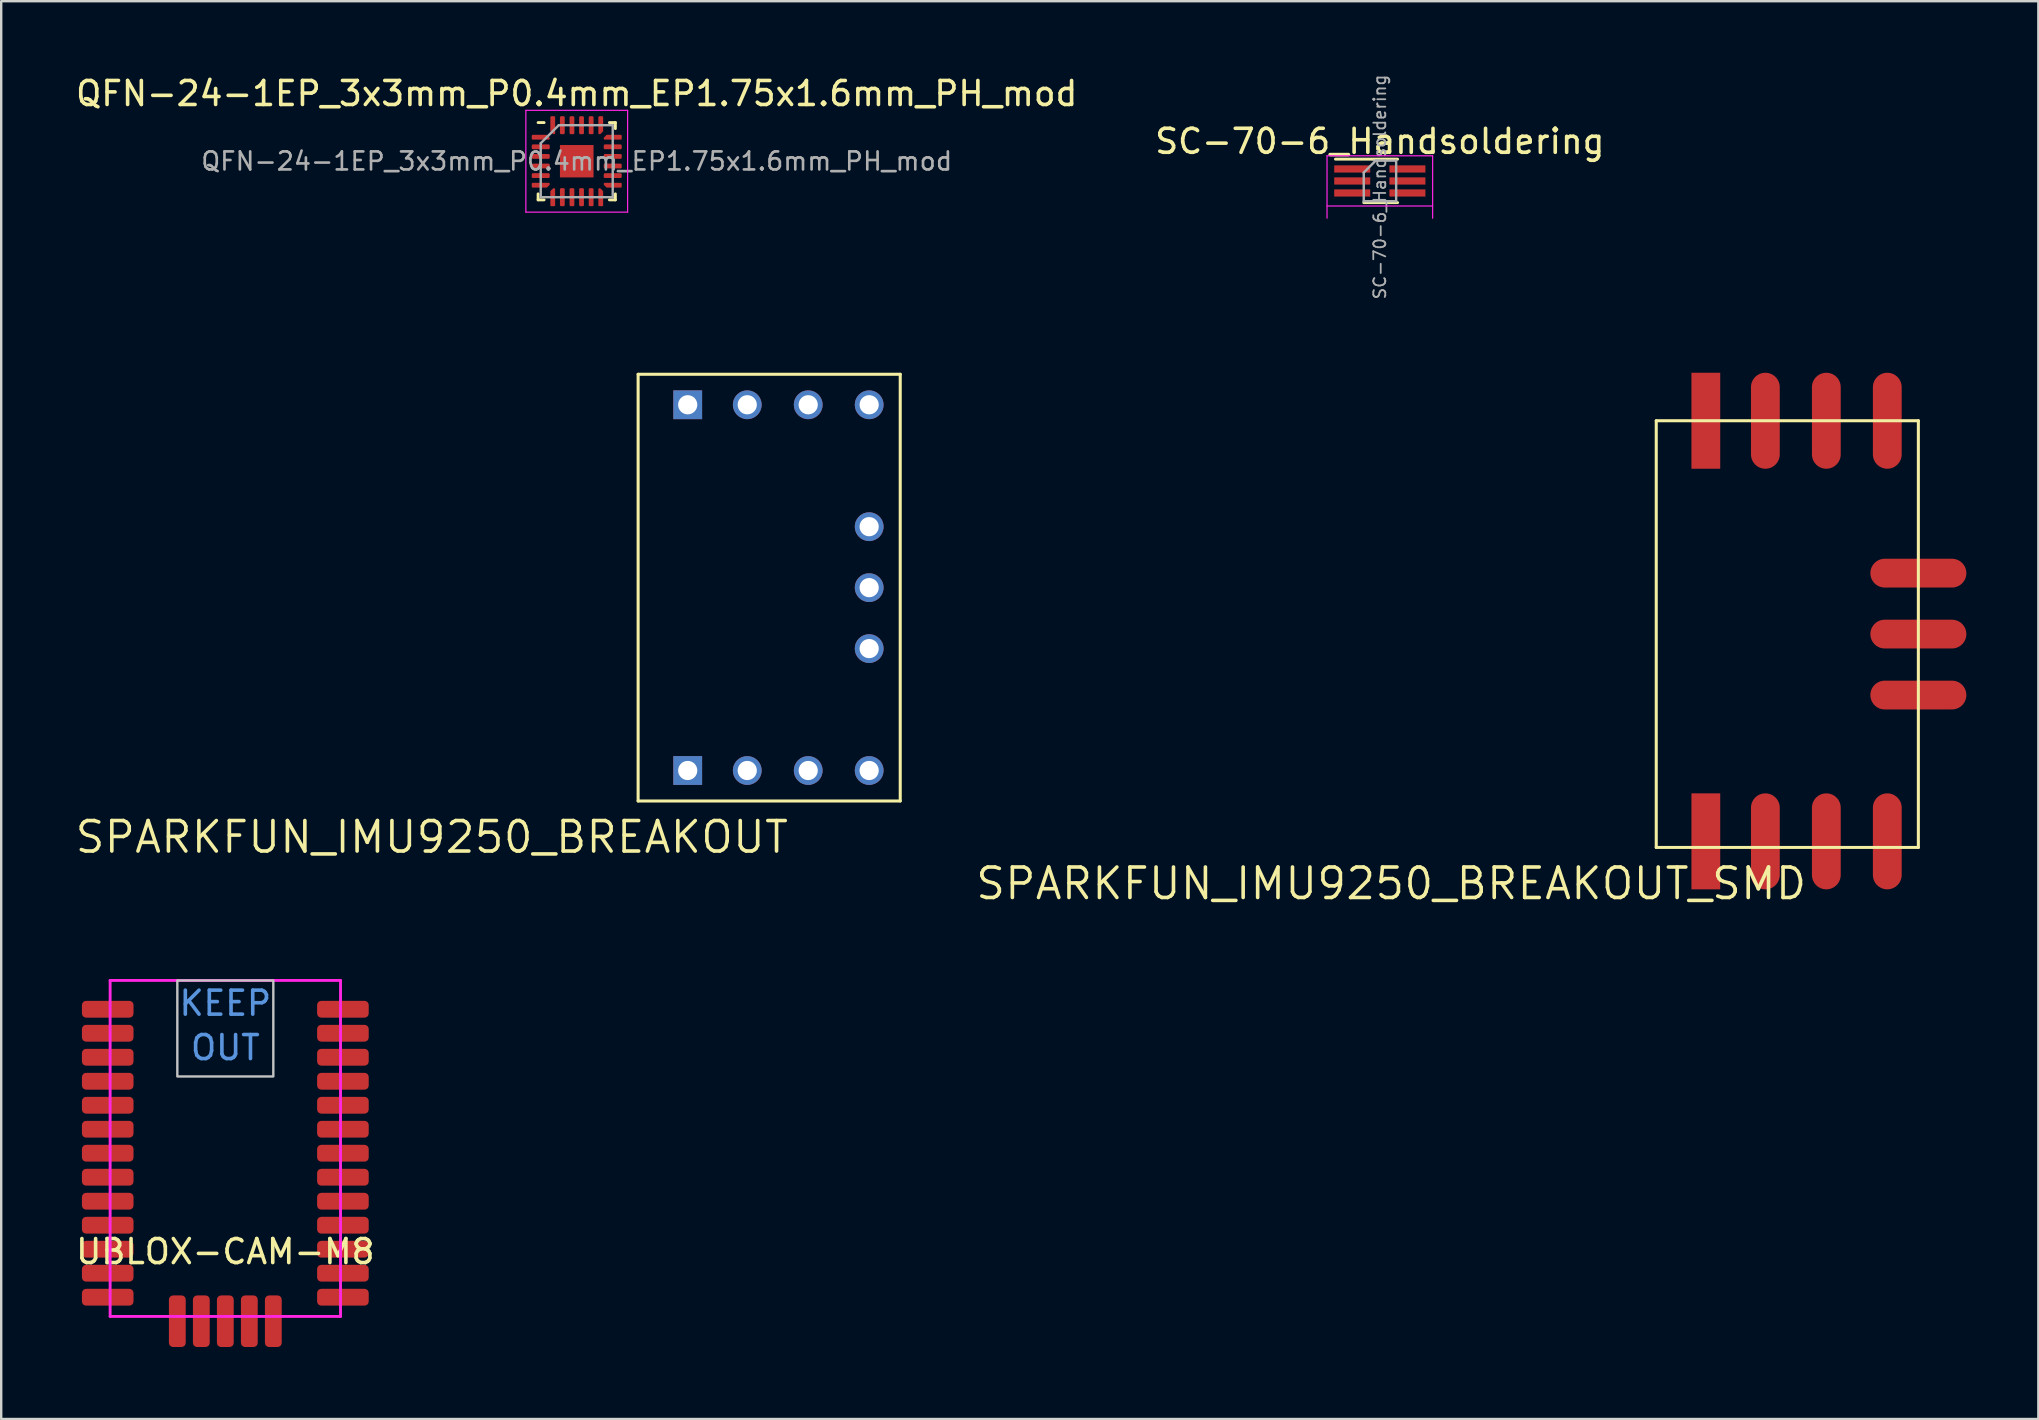
<source format=kicad_pcb>
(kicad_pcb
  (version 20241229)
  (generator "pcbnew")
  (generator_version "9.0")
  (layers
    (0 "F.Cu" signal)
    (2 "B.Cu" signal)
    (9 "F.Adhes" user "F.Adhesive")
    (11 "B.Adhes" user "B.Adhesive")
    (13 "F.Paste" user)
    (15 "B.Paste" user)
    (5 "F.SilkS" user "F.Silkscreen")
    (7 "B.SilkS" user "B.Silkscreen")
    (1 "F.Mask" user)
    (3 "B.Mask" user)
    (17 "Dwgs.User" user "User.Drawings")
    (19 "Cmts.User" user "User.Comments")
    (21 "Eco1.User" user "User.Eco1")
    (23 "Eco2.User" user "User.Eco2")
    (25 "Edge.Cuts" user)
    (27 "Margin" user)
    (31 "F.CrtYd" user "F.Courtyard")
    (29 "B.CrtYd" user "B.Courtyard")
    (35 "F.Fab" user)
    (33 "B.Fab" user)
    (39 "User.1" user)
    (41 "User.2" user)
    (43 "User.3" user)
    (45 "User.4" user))
  (footprint "SPARKFUN_IMU9250_BREAKOUT"
    (layer "F.Cu")
    (at 29.382 21.436)
    (property "Reference" "SPARKFUN_IMU9250_BREAKOUT" (at 0.508 9.652 0) (layer "F.SilkS") (effects (font (size 1.27 1.27) (thickness 0.15)) (justify right top)))
    (attr through_hole)
    (fp_line (start -5.842 -8.89) (end -5.842 8.89) (stroke (width 0.127) (type solid)) (layer "F.SilkS"))
    (fp_line (start -5.842 -8.89) (end 5.08 -8.89) (stroke (width 0.127) (type solid)) (layer "F.SilkS"))
    (fp_line (start -5.842 8.89) (end 5.08 8.89) (stroke (width 0.127) (type solid)) (layer "F.SilkS"))
    (fp_line (start 5.08 -8.89) (end 5.08 8.89) (stroke (width 0.127) (type solid)) (layer "F.SilkS"))
    (pad "!CS" thru_hole circle (at 1.245 7.62) (size 1.2 1.2) (drill 0.8) (layers "*.Cu" "*.Mask"))
    (pad "AD0/SDO" thru_hole circle (at -1.295 7.62) (size 1.2 1.2) (drill 0.8) (layers "*.Cu" "*.Mask"))
    (pad "AUX_CL" thru_hole circle (at 3.785 2.54) (size 1.2 1.2) (drill 0.8) (layers "*.Cu" "*.Mask"))
    (pad "AUX_DA" thru_hole circle (at 3.785 -2.54) (size 1.2 1.2) (drill 0.8) (layers "*.Cu" "*.Mask"))
    (pad "FSYNC" thru_hole circle (at 3.785 0) (size 1.2 1.2) (drill 0.8) (layers "*.Cu" "*.Mask"))
    (pad "GND" thru_hole circle (at 3.785 -7.62) (size 1.2 1.2) (drill 0.8) (layers "*.Cu" "*.Mask"))
    (pad "INT" thru_hole circle (at 3.785 7.62) (size 1.2 1.2) (drill 0.8) (layers "*.Cu" "*.Mask"))
    (pad "SCL/SCLK" thru_hole rect (at -3.776 -7.62) (size 1.2 1.2) (drill 0.8) (layers "*.Cu" "*.Mask"))
    (pad "SDA/SDI" thru_hole circle (at -1.295 -7.62) (size 1.2 1.2) (drill 0.8) (layers "*.Cu" "*.Mask"))
    (pad "VDD" thru_hole circle (at 1.245 -7.62) (size 1.2 1.2) (drill 0.8) (layers "*.Cu" "*.Mask"))
    (pad "VDDIO" thru_hole rect (at -3.776 7.62) (size 1.2 1.2) (drill 0.8) (layers "*.Cu" "*.Mask")))
  (footprint "SPARKFUN_IMU9250_BREAKOUT_SMD"
    (layer "F.Cu")
    (at 71.806 23.372)
    (property "Reference" "SPARKFUN_IMU9250_BREAKOUT_SMD" (at 0.508 9.652 0) (layer "F.SilkS") (effects (font (size 1.27 1.27) (thickness 0.15)) (justify right top)))
    (attr through_hole)
    (fp_line (start -5.842 -8.89) (end -5.842 8.89) (stroke (width 0.127) (type solid)) (layer "F.SilkS"))
    (fp_line (start -5.842 -8.89) (end 5.08 -8.89) (stroke (width 0.127) (type solid)) (layer "F.SilkS"))
    (fp_line (start -5.842 8.89) (end 5.08 8.89) (stroke (width 0.127) (type solid)) (layer "F.SilkS"))
    (fp_line (start 5.08 -8.89) (end 5.08 8.89) (stroke (width 0.127) (type solid)) (layer "F.SilkS"))
    (pad "!CS" smd oval (at 1.245 8.636) (size 1.2 4) (layers "F.Cu" "F.Mask" "F.Paste"))
    (pad "AD0/SDO" smd oval (at -1.295 8.636) (size 1.2 4) (layers "F.Cu" "F.Mask" "F.Paste"))
    (pad "AUX_CL" smd oval (at 5.08 2.54) (size 4 1.2) (layers "F.Cu" "F.Mask" "F.Paste"))
    (pad "AUX_DA" smd oval (at 5.08 -2.54) (size 4 1.2) (layers "F.Cu" "F.Mask" "F.Paste"))
    (pad "FSYNC" smd oval (at 5.08 0) (size 4 1.2) (layers "F.Cu" "F.Mask" "F.Paste"))
    (pad "GND" smd oval (at 3.785 -8.89) (size 1.2 4) (layers "F.Cu" "F.Mask" "F.Paste"))
    (pad "INT" smd oval (at 3.785 8.636) (size 1.2 4) (layers "F.Cu" "F.Mask" "F.Paste"))
    (pad "SCL/SCLK" smd rect (at -3.776 -8.89) (size 1.2 4) (layers "F.Cu" "F.Mask" "F.Paste"))
    (pad "SDA/SDI" smd oval (at -1.295 -8.89) (size 1.2 4) (layers "F.Cu" "F.Mask" "F.Paste"))
    (pad "VDD" smd oval (at 1.245 -8.89) (size 1.2 4) (layers "F.Cu" "F.Mask" "F.Paste"))
    (pad "VDDIO" smd rect (at -3.776 8.636) (size 1.2 4) (layers "F.Cu" "F.Mask" "F.Paste")))
  (footprint "SC-70-6_Handsoldering"
    (layer "F.Cu")
    (at 54.446 4.741)
    (property "Reference" "SC-70-6_Handsoldering" (at 0 -1.9 0) (layer "F.SilkS") (effects (font (size 1 1) (thickness 0.15))))
    (attr smd)
    (fp_line (start -0.67 0.652) (end 0.74 0.652) (stroke (width 0.12) (type solid)) (layer "F.SilkS"))
    (fp_line (start 0.74 -1.16) (end -1.85 -1.16) (stroke (width 0.12) (type solid)) (layer "F.SilkS"))
    (fp_line (start -2.2 -1.3) (end 2.2 -1.3) (stroke (width 0.05) (type solid)) (layer "F.CrtYd"))
    (fp_line (start -2.2 1.3) (end -2.2 -1.3) (stroke (width 0.05) (type solid)) (layer "F.CrtYd"))
    (fp_line (start 2.2 -1.3) (end 2.2 1.3) (stroke (width 0.05) (type solid)) (layer "F.CrtYd"))
    (fp_line (start 2.2 0.792) (end -2.2 0.792) (stroke (width 0.05) (type solid)) (layer "F.CrtYd"))
    (fp_line (start -0.67 -0.6) (end -0.67 0.592) (stroke (width 0.1) (type solid)) (layer "F.Fab"))
    (fp_line (start -0.17 -1.1) (end -0.67 -0.6) (stroke (width 0.1) (type solid)) (layer "F.Fab"))
    (fp_line (start 0.68 -1.1) (end -0.17 -1.1) (stroke (width 0.1) (type solid)) (layer "F.Fab"))
    (fp_line (start 0.68 -1.1) (end 0.68 0.592) (stroke (width 0.1) (type solid)) (layer "F.Fab"))
    (fp_line (start 0.68 0.592) (end -0.67 0.592) (stroke (width 0.1) (type solid)) (layer "F.Fab"))
    (fp_text user "${REFERENCE}" (at 0 0 90) (layer "F.Fab") (effects (font (size 0.5 0.5) (thickness 0.075))))
    (pad "1" smd rect (at -1.15 -0.75 270) (size 0.3 1.5) (layers "F.Cu" "F.Mask" "F.Paste"))
    (pad "2" smd rect (at -1.15 -0.25 270) (size 0.3 1.5) (layers "F.Cu" "F.Mask" "F.Paste"))
    (pad "3" smd rect (at -1.15 0.25 270) (size 0.3 1.5) (layers "F.Cu" "F.Mask" "F.Paste"))
    (pad "6" smd rect (at 1.15 0.25 270) (size 0.3 1.5) (layers "F.Cu" "F.Mask" "F.Paste"))
    (pad "7" smd rect (at 1.15 -0.25 270) (size 0.3 1.5) (layers "F.Cu" "F.Mask" "F.Paste"))
    (pad "8" smd rect (at 1.15 -0.75 270) (size 0.3 1.5) (layers "F.Cu" "F.Mask" "F.Paste")))
  (footprint "QFN-24-1EP_3x3mm_P0.4mm_EP1.75x1.6mm_PH_mod"
    (layer "F.Cu")
    (at 20.982 3.668)
    (property "Reference" "QFN-24-1EP_3x3mm_P0.4mm_EP1.75x1.6mm_PH_mod" (at 0 -2.82 0) (layer "F.SilkS") (effects (font (size 1 1) (thickness 0.15))))
    (attr smd)
    (fp_line (start -1.61 1.61) (end -1.61 1.36) (stroke (width 0.12) (type solid)) (layer "F.SilkS"))
    (fp_line (start -1.36 -1.61) (end -1.61 -1.61) (stroke (width 0.12) (type solid)) (layer "F.SilkS"))
    (fp_line (start -1.36 1.61) (end -1.61 1.61) (stroke (width 0.12) (type solid)) (layer "F.SilkS"))
    (fp_line (start 1.36 -1.61) (end 1.61 -1.61) (stroke (width 0.12) (type solid)) (layer "F.SilkS"))
    (fp_line (start 1.36 1.61) (end 1.61 1.61) (stroke (width 0.12) (type solid)) (layer "F.SilkS"))
    (fp_line (start 1.61 -1.61) (end 1.61 -1.36) (stroke (width 0.12) (type solid)) (layer "F.SilkS"))
    (fp_line (start 1.61 1.61) (end 1.61 1.36) (stroke (width 0.12) (type solid)) (layer "F.SilkS"))
    (fp_line (start -2.12 -2.12) (end -2.12 2.12) (stroke (width 0.05) (type solid)) (layer "F.CrtYd"))
    (fp_line (start -2.12 2.12) (end 2.12 2.12) (stroke (width 0.05) (type solid)) (layer "F.CrtYd"))
    (fp_line (start 2.12 -2.12) (end -2.12 -2.12) (stroke (width 0.05) (type solid)) (layer "F.CrtYd"))
    (fp_line (start 2.12 2.12) (end 2.12 -2.12) (stroke (width 0.05) (type solid)) (layer "F.CrtYd"))
    (fp_line (start -1.5 -0.75) (end -0.75 -1.5) (stroke (width 0.1) (type solid)) (layer "F.Fab"))
    (fp_line (start -1.5 1.5) (end -1.5 -0.75) (stroke (width 0.1) (type solid)) (layer "F.Fab"))
    (fp_line (start -0.75 -1.5) (end 1.5 -1.5) (stroke (width 0.1) (type solid)) (layer "F.Fab"))
    (fp_line (start 1.5 -1.5) (end 1.5 1.5) (stroke (width 0.1) (type solid)) (layer "F.Fab"))
    (fp_line (start 1.5 1.5) (end -1.5 1.5) (stroke (width 0.1) (type solid)) (layer "F.Fab"))
    (fp_text user "${REFERENCE}" (at 0 0 0) (layer "F.Fab") (effects (font (size 0.75 0.75) (thickness 0.11))))
    (pad "1" smd custom (at -1.5 -1) (size 0.115 0.115) (layers "F.Cu" "F.Mask" "F.Paste") (options (anchor circle)) (primitives (gr_poly (pts (xy -0.335 -0.06) (xy 0.238 -0.06) (xy 0.335 0.037) (xy 0.335 0.06) (xy -0.335 0.06)) (width 0.08) (fill yes))))
    (pad "2" smd roundrect (at -1.5 -0.6) (size 0.75 0.2) (layers "F.Cu" "F.Mask" "F.Paste") (roundrect_rratio 0.25))
    (pad "3" smd roundrect (at -1.5 -0.2) (size 0.75 0.2) (layers "F.Cu" "F.Mask" "F.Paste") (roundrect_rratio 0.25))
    (pad "4" smd roundrect (at -1.5 0.2) (size 0.75 0.2) (layers "F.Cu" "F.Mask" "F.Paste") (roundrect_rratio 0.25))
    (pad "5" smd roundrect (at -1.5 0.6) (size 0.75 0.2) (layers "F.Cu" "F.Mask" "F.Paste") (roundrect_rratio 0.25))
    (pad "6" smd custom (at -1.5 1) (size 0.115 0.115) (layers "F.Cu" "F.Mask" "F.Paste") (options (anchor circle)) (primitives (gr_poly (pts (xy -0.335 -0.06) (xy 0.335 -0.06) (xy 0.335 -0.037) (xy 0.238 0.06) (xy -0.335 0.06)) (width 0.08) (fill yes))))
    (pad "7" smd custom (at -1 1.5) (size 0.115 0.115) (layers "F.Cu" "F.Mask" "F.Paste") (options (anchor circle)) (primitives (gr_poly (pts (xy -0.06 -0.238) (xy 0.037 -0.335) (xy 0.06 -0.335) (xy 0.06 0.335) (xy -0.06 0.335)) (width 0.08) (fill yes))))
    (pad "8" smd roundrect (at -0.6 1.5) (size 0.2 0.75) (layers "F.Cu" "F.Mask" "F.Paste") (roundrect_rratio 0.25))
    (pad "9" smd roundrect (at -0.2 1.5) (size 0.2 0.75) (layers "F.Cu" "F.Mask" "F.Paste") (roundrect_rratio 0.25))
    (pad "10" smd roundrect (at 0.2 1.5) (size 0.2 0.75) (layers "F.Cu" "F.Mask" "F.Paste") (roundrect_rratio 0.25))
    (pad "11" smd roundrect (at 0.6 1.5) (size 0.2 0.75) (layers "F.Cu" "F.Mask" "F.Paste") (roundrect_rratio 0.25))
    (pad "12" smd custom (at 1 1.5) (size 0.115 0.115) (layers "F.Cu" "F.Mask" "F.Paste") (options (anchor circle)) (primitives (gr_poly (pts (xy -0.06 -0.335) (xy -0.037 -0.335) (xy 0.06 -0.238) (xy 0.06 0.335) (xy -0.06 0.335)) (width 0.08) (fill yes))))
    (pad "13" smd custom (at 1.5 1) (size 0.115 0.115) (layers "F.Cu" "F.Mask" "F.Paste") (options (anchor circle)) (primitives (gr_poly (pts (xy -0.335 -0.06) (xy 0.335 -0.06) (xy 0.335 0.06) (xy -0.238 0.06) (xy -0.335 -0.037)) (width 0.08) (fill yes))))
    (pad "14" smd roundrect (at 1.5 0.6) (size 0.75 0.2) (layers "F.Cu" "F.Mask" "F.Paste") (roundrect_rratio 0.25))
    (pad "15" smd roundrect (at 1.5 0.2) (size 0.75 0.2) (layers "F.Cu" "F.Mask" "F.Paste") (roundrect_rratio 0.25))
    (pad "16" smd roundrect (at 1.5 -0.2) (size 0.75 0.2) (layers "F.Cu" "F.Mask" "F.Paste") (roundrect_rratio 0.25))
    (pad "17" smd roundrect (at 1.5 -0.6) (size 0.75 0.2) (layers "F.Cu" "F.Mask" "F.Paste") (roundrect_rratio 0.25))
    (pad "18" smd custom (at 1.5 -1) (size 0.115 0.115) (layers "F.Cu" "F.Mask" "F.Paste") (options (anchor circle)) (primitives (gr_poly (pts (xy -0.335 0.037) (xy -0.238 -0.06) (xy 0.335 -0.06) (xy 0.335 0.06) (xy -0.335 0.06)) (width 0.08) (fill yes))))
    (pad "19" smd custom (at 1 -1.5) (size 0.115 0.115) (layers "F.Cu" "F.Mask" "F.Paste") (options (anchor circle)) (primitives (gr_poly (pts (xy -0.06 -0.335) (xy 0.06 -0.335) (xy 0.06 0.238) (xy -0.037 0.335) (xy -0.06 0.335)) (width 0.08) (fill yes))))
    (pad "20" smd roundrect (at 0.6 -1.5) (size 0.2 0.75) (layers "F.Cu" "F.Mask" "F.Paste") (roundrect_rratio 0.25))
    (pad "21" smd roundrect (at 0.2 -1.5) (size 0.2 0.75) (layers "F.Cu" "F.Mask" "F.Paste") (roundrect_rratio 0.25))
    (pad "22" smd roundrect (at -0.2 -1.5) (size 0.2 0.75) (layers "F.Cu" "F.Mask" "F.Paste") (roundrect_rratio 0.25))
    (pad "23" smd roundrect (at -0.6 -1.5) (size 0.2 0.75) (layers "F.Cu" "F.Mask" "F.Paste") (roundrect_rratio 0.25))
    (pad "24" smd custom (at -1 -1.5) (size 0.115 0.115) (layers "F.Cu" "F.Mask" "F.Paste") (options (anchor circle)) (primitives (gr_poly (pts (xy -0.06 -0.335) (xy 0.06 -0.335) (xy 0.06 0.335) (xy 0.037 0.335) (xy -0.06 0.238)) (width 0.08) (fill yes))))
    (pad "25" smd rect (at 0 0) (size 1.4 1.35) (layers "F.Cu" "F.Mask")))
  (footprint "UBLOX-CAM-M8"
    (layer "F.Cu")
    (at 6.339 44.804)
    (property "Reference" "UBLOX-CAM-M8" (at 0 4.3 0) (layer "F.SilkS") (effects (font (size 1 1) (thickness 0.15))))
    (attr through_hole)
    (fp_poly (pts (xy 2 -3) (xy -2 -3) (xy -2 -7) (xy 2 -7)) (stroke (width 0.1) (type solid)) (fill no) (layer "Dwgs.User"))
    (fp_line (start -4.8 -7) (end 4.8 -7) (stroke (width 0.12) (type solid)) (layer "F.CrtYd"))
    (fp_line (start -4.8 7) (end -4.8 -7) (stroke (width 0.12) (type solid)) (layer "F.CrtYd"))
    (fp_line (start 4.8 -7) (end 4.8 7) (stroke (width 0.12) (type solid)) (layer "F.CrtYd"))
    (fp_line (start 4.8 7) (end -4.8 7) (stroke (width 0.12) (type solid)) (layer "F.CrtYd"))
    (fp_text user "KEEP" (at 0 -6.05 0) (layer "Cmts.User") (effects (font (size 1 1) (thickness 0.15))))
    (fp_text user "OUT" (at 0 -4.2 0) (layer "Cmts.User") (effects (font (size 1 1) (thickness 0.15))))
    (pad "1" smd roundrect (at 4.9 6.2) (size 2.15 0.7) (layers "F.Cu" "F.Mask" "F.Paste") (roundrect_rratio 0.25))
    (pad "2" smd roundrect (at 4.9 5.2) (size 2.15 0.7) (layers "F.Cu" "F.Mask" "F.Paste") (roundrect_rratio 0.25))
    (pad "3" smd roundrect (at 4.9 4.2) (size 2.15 0.7) (layers "F.Cu" "F.Mask" "F.Paste") (roundrect_rratio 0.25))
    (pad "4" smd roundrect (at 4.9 3.2) (size 2.15 0.7) (layers "F.Cu" "F.Mask" "F.Paste") (roundrect_rratio 0.25))
    (pad "5" smd roundrect (at 4.9 2.2) (size 2.15 0.7) (layers "F.Cu" "F.Mask" "F.Paste") (roundrect_rratio 0.25))
    (pad "6" smd roundrect (at 4.9 1.2) (size 2.15 0.7) (layers "F.Cu" "F.Mask" "F.Paste") (roundrect_rratio 0.25))
    (pad "7" smd roundrect (at 4.9 0.2) (size 2.15 0.7) (layers "F.Cu" "F.Mask" "F.Paste") (roundrect_rratio 0.25))
    (pad "8" smd roundrect (at 4.9 -0.8) (size 2.15 0.7) (layers "F.Cu" "F.Mask" "F.Paste") (roundrect_rratio 0.25))
    (pad "9" smd roundrect (at 4.9 -1.8) (size 2.15 0.7) (layers "F.Cu" "F.Mask" "F.Paste") (roundrect_rratio 0.25))
    (pad "10" smd roundrect (at 4.9 -2.8) (size 2.15 0.7) (layers "F.Cu" "F.Mask" "F.Paste") (roundrect_rratio 0.25))
    (pad "11" smd roundrect (at 4.9 -3.8) (size 2.15 0.7) (layers "F.Cu" "F.Mask" "F.Paste") (roundrect_rratio 0.25))
    (pad "12" smd roundrect (at 4.9 -4.8) (size 2.15 0.7) (layers "F.Cu" "F.Mask" "F.Paste") (roundrect_rratio 0.25))
    (pad "13" smd roundrect (at 4.9 -5.8) (size 2.15 0.7) (layers "F.Cu" "F.Mask" "F.Paste") (roundrect_rratio 0.25))
    (pad "14" smd roundrect (at -4.9 -5.8) (size 2.15 0.7) (layers "F.Cu" "F.Mask" "F.Paste") (roundrect_rratio 0.25))
    (pad "15" smd roundrect (at -4.9 -4.8) (size 2.15 0.7) (layers "F.Cu" "F.Mask" "F.Paste") (roundrect_rratio 0.25))
    (pad "16" smd roundrect (at -4.9 -3.8) (size 2.15 0.7) (layers "F.Cu" "F.Mask" "F.Paste") (roundrect_rratio 0.25))
    (pad "17" smd roundrect (at -4.9 -2.8) (size 2.15 0.7) (layers "F.Cu" "F.Mask" "F.Paste") (roundrect_rratio 0.25))
    (pad "18" smd roundrect (at -4.9 -1.8) (size 2.15 0.7) (layers "F.Cu" "F.Mask" "F.Paste") (roundrect_rratio 0.25))
    (pad "19" smd roundrect (at -4.9 -0.8) (size 2.15 0.7) (layers "F.Cu" "F.Mask" "F.Paste") (roundrect_rratio 0.25))
    (pad "20" smd roundrect (at -4.9 0.2) (size 2.15 0.7) (layers "F.Cu" "F.Mask" "F.Paste") (roundrect_rratio 0.25))
    (pad "21" smd roundrect (at -4.9 1.2) (size 2.15 0.7) (layers "F.Cu" "F.Mask" "F.Paste") (roundrect_rratio 0.25))
    (pad "22" smd roundrect (at -4.9 2.2) (size 2.15 0.7) (layers "F.Cu" "F.Mask" "F.Paste") (roundrect_rratio 0.25))
    (pad "23" smd roundrect (at -4.9 3.2) (size 2.15 0.7) (layers "F.Cu" "F.Mask" "F.Paste") (roundrect_rratio 0.25))
    (pad "24" smd roundrect (at -4.9 4.2) (size 2.15 0.7) (layers "F.Cu" "F.Mask" "F.Paste") (roundrect_rratio 0.25))
    (pad "25" smd roundrect (at -4.9 5.2) (size 2.15 0.7) (layers "F.Cu" "F.Mask" "F.Paste") (roundrect_rratio 0.25))
    (pad "26" smd roundrect (at -4.9 6.2) (size 2.15 0.7) (layers "F.Cu" "F.Mask" "F.Paste") (roundrect_rratio 0.25))
    (pad "27" smd roundrect (at -2 7.2 90) (size 2.15 0.7) (layers "F.Cu" "F.Mask" "F.Paste") (roundrect_rratio 0.25))
    (pad "28" smd roundrect (at -1 7.2 90) (size 2.15 0.7) (layers "F.Cu" "F.Mask" "F.Paste") (roundrect_rratio 0.25))
    (pad "29" smd roundrect (at 0 7.2 90) (size 2.15 0.7) (layers "F.Cu" "F.Mask" "F.Paste") (roundrect_rratio 0.25))
    (pad "30" smd roundrect (at 1 7.2 90) (size 2.15 0.7) (layers "F.Cu" "F.Mask" "F.Paste") (roundrect_rratio 0.25))
    (pad "31" smd roundrect (at 2 7.2 90) (size 2.15 0.7) (layers "F.Cu" "F.Mask" "F.Paste") (roundrect_rratio 0.25)))
  (gr_rect
    (start -3 -3)
    (end 81.886 56.079)
    (stroke (width 0.1) (type default))
    (fill no)
    (layer "Edge.Cuts")))
</source>
